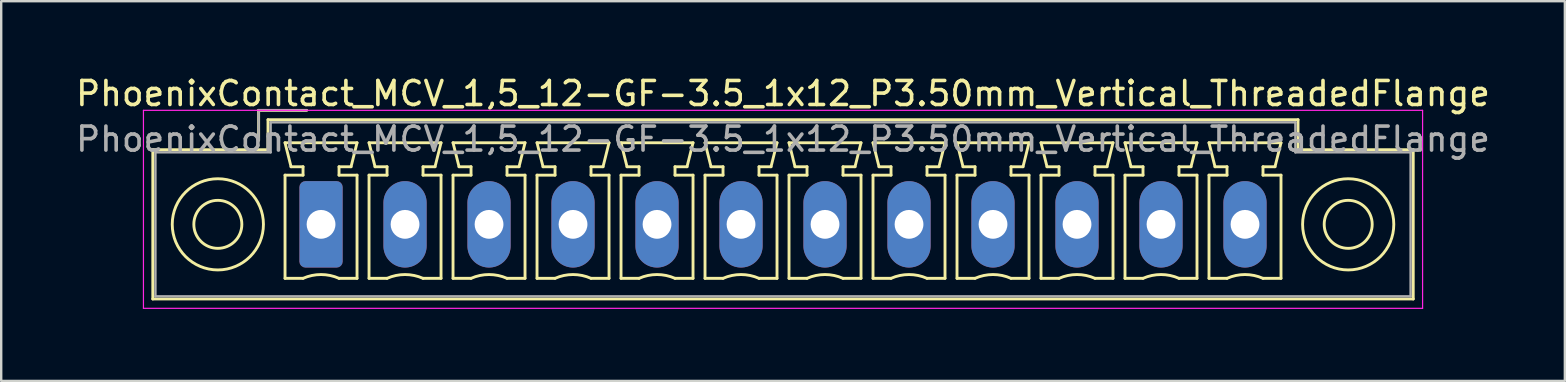
<source format=kicad_pcb>
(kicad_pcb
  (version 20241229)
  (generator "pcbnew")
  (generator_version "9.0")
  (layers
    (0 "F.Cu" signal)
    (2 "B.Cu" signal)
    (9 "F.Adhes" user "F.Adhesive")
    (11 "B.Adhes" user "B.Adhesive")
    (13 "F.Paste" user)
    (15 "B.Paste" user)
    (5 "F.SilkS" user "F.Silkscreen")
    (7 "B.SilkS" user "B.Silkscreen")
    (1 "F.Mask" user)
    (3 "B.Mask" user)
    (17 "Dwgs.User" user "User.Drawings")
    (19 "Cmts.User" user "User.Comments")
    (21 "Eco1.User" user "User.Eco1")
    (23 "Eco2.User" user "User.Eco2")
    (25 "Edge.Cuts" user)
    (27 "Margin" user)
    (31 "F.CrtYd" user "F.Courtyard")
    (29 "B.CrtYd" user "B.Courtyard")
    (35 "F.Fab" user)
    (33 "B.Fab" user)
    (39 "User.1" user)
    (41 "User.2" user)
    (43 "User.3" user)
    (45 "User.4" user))
  (footprint "PhoenixContact_MCV_1,5_12-GF-3.5_1x12_P3.50mm_Vertical_ThreadedFlange"
    (layer "F.Cu")
    (at 10.327 6.298)
    (property "Reference" "PhoenixContact_MCV_1,5_12-GF-3.5_1x12_P3.50mm_Vertical_ThreadedFlange" (at 19.25 -5.45 0) (layer "F.SilkS") (effects (font (size 1 1) (thickness 0.15))))
    (attr through_hole)
    (fp_line (start -7.01 -3.11) (end -7.01 3.11) (stroke (width 0.12) (type solid)) (layer "F.SilkS"))
    (fp_line (start -7.01 3.11) (end 45.51 3.11) (stroke (width 0.12) (type solid)) (layer "F.SilkS"))
    (fp_line (start -2.6 -4.75) (end -0.6 -4.75) (stroke (width 0.12) (type solid)) (layer "F.SilkS"))
    (fp_line (start -2.6 -3.5) (end -2.6 -4.75) (stroke (width 0.12) (type solid)) (layer "F.SilkS"))
    (fp_line (start -2.21 -4.36) (end -2.21 -3.11) (stroke (width 0.12) (type solid)) (layer "F.SilkS"))
    (fp_line (start -2.21 -3.11) (end -7.01 -3.11) (stroke (width 0.12) (type solid)) (layer "F.SilkS"))
    (fp_line (start -1.5 -3.4) (end 1.5 -3.4) (stroke (width 0.12) (type solid)) (layer "F.SilkS"))
    (fp_line (start -1.5 -2.05) (end -0.75 -2.05) (stroke (width 0.12) (type solid)) (layer "F.SilkS"))
    (fp_line (start -1.5 2.25) (end -1.5 -2.05) (stroke (width 0.12) (type solid)) (layer "F.SilkS"))
    (fp_line (start -1.25 -2.4) (end -1.5 -3.4) (stroke (width 0.12) (type solid)) (layer "F.SilkS"))
    (fp_line (start -0.75 -2.4) (end -1.25 -2.4) (stroke (width 0.12) (type solid)) (layer "F.SilkS"))
    (fp_line (start -0.75 -2.05) (end -0.75 -2.4) (stroke (width 0.12) (type solid)) (layer "F.SilkS"))
    (fp_line (start -0.75 2.25) (end -1.5 2.25) (stroke (width 0.12) (type solid)) (layer "F.SilkS"))
    (fp_line (start 0.75 -2.4) (end 0.75 -2.05) (stroke (width 0.12) (type solid)) (layer "F.SilkS"))
    (fp_line (start 0.75 -2.05) (end 1.5 -2.05) (stroke (width 0.12) (type solid)) (layer "F.SilkS"))
    (fp_line (start 1.25 -2.4) (end 0.75 -2.4) (stroke (width 0.12) (type solid)) (layer "F.SilkS"))
    (fp_line (start 1.5 -3.4) (end 1.25 -2.4) (stroke (width 0.12) (type solid)) (layer "F.SilkS"))
    (fp_line (start 1.5 -2.05) (end 1.5 2.25) (stroke (width 0.12) (type solid)) (layer "F.SilkS"))
    (fp_line (start 1.5 2.25) (end 0.75 2.25) (stroke (width 0.12) (type solid)) (layer "F.SilkS"))
    (fp_line (start 2 -3.4) (end 5 -3.4) (stroke (width 0.12) (type solid)) (layer "F.SilkS"))
    (fp_line (start 2 -2.05) (end 2.75 -2.05) (stroke (width 0.12) (type solid)) (layer "F.SilkS"))
    (fp_line (start 2 2.25) (end 2 -2.05) (stroke (width 0.12) (type solid)) (layer "F.SilkS"))
    (fp_line (start 2.25 -2.4) (end 2 -3.4) (stroke (width 0.12) (type solid)) (layer "F.SilkS"))
    (fp_line (start 2.75 -2.4) (end 2.25 -2.4) (stroke (width 0.12) (type solid)) (layer "F.SilkS"))
    (fp_line (start 2.75 -2.05) (end 2.75 -2.4) (stroke (width 0.12) (type solid)) (layer "F.SilkS"))
    (fp_line (start 2.75 2.25) (end 2 2.25) (stroke (width 0.12) (type solid)) (layer "F.SilkS"))
    (fp_line (start 4.25 -2.4) (end 4.25 -2.05) (stroke (width 0.12) (type solid)) (layer "F.SilkS"))
    (fp_line (start 4.25 -2.05) (end 5 -2.05) (stroke (width 0.12) (type solid)) (layer "F.SilkS"))
    (fp_line (start 4.75 -2.4) (end 4.25 -2.4) (stroke (width 0.12) (type solid)) (layer "F.SilkS"))
    (fp_line (start 5 -3.4) (end 4.75 -2.4) (stroke (width 0.12) (type solid)) (layer "F.SilkS"))
    (fp_line (start 5 -2.05) (end 5 2.25) (stroke (width 0.12) (type solid)) (layer "F.SilkS"))
    (fp_line (start 5 2.25) (end 4.25 2.25) (stroke (width 0.12) (type solid)) (layer "F.SilkS"))
    (fp_line (start 5.5 -3.4) (end 8.5 -3.4) (stroke (width 0.12) (type solid)) (layer "F.SilkS"))
    (fp_line (start 5.5 -2.05) (end 6.25 -2.05) (stroke (width 0.12) (type solid)) (layer "F.SilkS"))
    (fp_line (start 5.5 2.25) (end 5.5 -2.05) (stroke (width 0.12) (type solid)) (layer "F.SilkS"))
    (fp_line (start 5.75 -2.4) (end 5.5 -3.4) (stroke (width 0.12) (type solid)) (layer "F.SilkS"))
    (fp_line (start 6.25 -2.4) (end 5.75 -2.4) (stroke (width 0.12) (type solid)) (layer "F.SilkS"))
    (fp_line (start 6.25 -2.05) (end 6.25 -2.4) (stroke (width 0.12) (type solid)) (layer "F.SilkS"))
    (fp_line (start 6.25 2.25) (end 5.5 2.25) (stroke (width 0.12) (type solid)) (layer "F.SilkS"))
    (fp_line (start 7.75 -2.4) (end 7.75 -2.05) (stroke (width 0.12) (type solid)) (layer "F.SilkS"))
    (fp_line (start 7.75 -2.05) (end 8.5 -2.05) (stroke (width 0.12) (type solid)) (layer "F.SilkS"))
    (fp_line (start 8.25 -2.4) (end 7.75 -2.4) (stroke (width 0.12) (type solid)) (layer "F.SilkS"))
    (fp_line (start 8.5 -3.4) (end 8.25 -2.4) (stroke (width 0.12) (type solid)) (layer "F.SilkS"))
    (fp_line (start 8.5 -2.05) (end 8.5 2.25) (stroke (width 0.12) (type solid)) (layer "F.SilkS"))
    (fp_line (start 8.5 2.25) (end 7.75 2.25) (stroke (width 0.12) (type solid)) (layer "F.SilkS"))
    (fp_line (start 9 -3.4) (end 12 -3.4) (stroke (width 0.12) (type solid)) (layer "F.SilkS"))
    (fp_line (start 9 -2.05) (end 9.75 -2.05) (stroke (width 0.12) (type solid)) (layer "F.SilkS"))
    (fp_line (start 9 2.25) (end 9 -2.05) (stroke (width 0.12) (type solid)) (layer "F.SilkS"))
    (fp_line (start 9.25 -2.4) (end 9 -3.4) (stroke (width 0.12) (type solid)) (layer "F.SilkS"))
    (fp_line (start 9.75 -2.4) (end 9.25 -2.4) (stroke (width 0.12) (type solid)) (layer "F.SilkS"))
    (fp_line (start 9.75 -2.05) (end 9.75 -2.4) (stroke (width 0.12) (type solid)) (layer "F.SilkS"))
    (fp_line (start 9.75 2.25) (end 9 2.25) (stroke (width 0.12) (type solid)) (layer "F.SilkS"))
    (fp_line (start 11.25 -2.4) (end 11.25 -2.05) (stroke (width 0.12) (type solid)) (layer "F.SilkS"))
    (fp_line (start 11.25 -2.05) (end 12 -2.05) (stroke (width 0.12) (type solid)) (layer "F.SilkS"))
    (fp_line (start 11.75 -2.4) (end 11.25 -2.4) (stroke (width 0.12) (type solid)) (layer "F.SilkS"))
    (fp_line (start 12 -3.4) (end 11.75 -2.4) (stroke (width 0.12) (type solid)) (layer "F.SilkS"))
    (fp_line (start 12 -2.05) (end 12 2.25) (stroke (width 0.12) (type solid)) (layer "F.SilkS"))
    (fp_line (start 12 2.25) (end 11.25 2.25) (stroke (width 0.12) (type solid)) (layer "F.SilkS"))
    (fp_line (start 12.5 -3.4) (end 15.5 -3.4) (stroke (width 0.12) (type solid)) (layer "F.SilkS"))
    (fp_line (start 12.5 -2.05) (end 13.25 -2.05) (stroke (width 0.12) (type solid)) (layer "F.SilkS"))
    (fp_line (start 12.5 2.25) (end 12.5 -2.05) (stroke (width 0.12) (type solid)) (layer "F.SilkS"))
    (fp_line (start 12.75 -2.4) (end 12.5 -3.4) (stroke (width 0.12) (type solid)) (layer "F.SilkS"))
    (fp_line (start 13.25 -2.4) (end 12.75 -2.4) (stroke (width 0.12) (type solid)) (layer "F.SilkS"))
    (fp_line (start 13.25 -2.05) (end 13.25 -2.4) (stroke (width 0.12) (type solid)) (layer "F.SilkS"))
    (fp_line (start 13.25 2.25) (end 12.5 2.25) (stroke (width 0.12) (type solid)) (layer "F.SilkS"))
    (fp_line (start 14.75 -2.4) (end 14.75 -2.05) (stroke (width 0.12) (type solid)) (layer "F.SilkS"))
    (fp_line (start 14.75 -2.05) (end 15.5 -2.05) (stroke (width 0.12) (type solid)) (layer "F.SilkS"))
    (fp_line (start 15.25 -2.4) (end 14.75 -2.4) (stroke (width 0.12) (type solid)) (layer "F.SilkS"))
    (fp_line (start 15.5 -3.4) (end 15.25 -2.4) (stroke (width 0.12) (type solid)) (layer "F.SilkS"))
    (fp_line (start 15.5 -2.05) (end 15.5 2.25) (stroke (width 0.12) (type solid)) (layer "F.SilkS"))
    (fp_line (start 15.5 2.25) (end 14.75 2.25) (stroke (width 0.12) (type solid)) (layer "F.SilkS"))
    (fp_line (start 16 -3.4) (end 19 -3.4) (stroke (width 0.12) (type solid)) (layer "F.SilkS"))
    (fp_line (start 16 -2.05) (end 16.75 -2.05) (stroke (width 0.12) (type solid)) (layer "F.SilkS"))
    (fp_line (start 16 2.25) (end 16 -2.05) (stroke (width 0.12) (type solid)) (layer "F.SilkS"))
    (fp_line (start 16.25 -2.4) (end 16 -3.4) (stroke (width 0.12) (type solid)) (layer "F.SilkS"))
    (fp_line (start 16.75 -2.4) (end 16.25 -2.4) (stroke (width 0.12) (type solid)) (layer "F.SilkS"))
    (fp_line (start 16.75 -2.05) (end 16.75 -2.4) (stroke (width 0.12) (type solid)) (layer "F.SilkS"))
    (fp_line (start 16.75 2.25) (end 16 2.25) (stroke (width 0.12) (type solid)) (layer "F.SilkS"))
    (fp_line (start 18.25 -2.4) (end 18.25 -2.05) (stroke (width 0.12) (type solid)) (layer "F.SilkS"))
    (fp_line (start 18.25 -2.05) (end 19 -2.05) (stroke (width 0.12) (type solid)) (layer "F.SilkS"))
    (fp_line (start 18.75 -2.4) (end 18.25 -2.4) (stroke (width 0.12) (type solid)) (layer "F.SilkS"))
    (fp_line (start 19 -3.4) (end 18.75 -2.4) (stroke (width 0.12) (type solid)) (layer "F.SilkS"))
    (fp_line (start 19 -2.05) (end 19 2.25) (stroke (width 0.12) (type solid)) (layer "F.SilkS"))
    (fp_line (start 19 2.25) (end 18.25 2.25) (stroke (width 0.12) (type solid)) (layer "F.SilkS"))
    (fp_line (start 19.5 -3.4) (end 22.5 -3.4) (stroke (width 0.12) (type solid)) (layer "F.SilkS"))
    (fp_line (start 19.5 -2.05) (end 20.25 -2.05) (stroke (width 0.12) (type solid)) (layer "F.SilkS"))
    (fp_line (start 19.5 2.25) (end 19.5 -2.05) (stroke (width 0.12) (type solid)) (layer "F.SilkS"))
    (fp_line (start 19.75 -2.4) (end 19.5 -3.4) (stroke (width 0.12) (type solid)) (layer "F.SilkS"))
    (fp_line (start 20.25 -2.4) (end 19.75 -2.4) (stroke (width 0.12) (type solid)) (layer "F.SilkS"))
    (fp_line (start 20.25 -2.05) (end 20.25 -2.4) (stroke (width 0.12) (type solid)) (layer "F.SilkS"))
    (fp_line (start 20.25 2.25) (end 19.5 2.25) (stroke (width 0.12) (type solid)) (layer "F.SilkS"))
    (fp_line (start 21.75 -2.4) (end 21.75 -2.05) (stroke (width 0.12) (type solid)) (layer "F.SilkS"))
    (fp_line (start 21.75 -2.05) (end 22.5 -2.05) (stroke (width 0.12) (type solid)) (layer "F.SilkS"))
    (fp_line (start 22.25 -2.4) (end 21.75 -2.4) (stroke (width 0.12) (type solid)) (layer "F.SilkS"))
    (fp_line (start 22.5 -3.4) (end 22.25 -2.4) (stroke (width 0.12) (type solid)) (layer "F.SilkS"))
    (fp_line (start 22.5 -2.05) (end 22.5 2.25) (stroke (width 0.12) (type solid)) (layer "F.SilkS"))
    (fp_line (start 22.5 2.25) (end 21.75 2.25) (stroke (width 0.12) (type solid)) (layer "F.SilkS"))
    (fp_line (start 23 -3.4) (end 26 -3.4) (stroke (width 0.12) (type solid)) (layer "F.SilkS"))
    (fp_line (start 23 -2.05) (end 23.75 -2.05) (stroke (width 0.12) (type solid)) (layer "F.SilkS"))
    (fp_line (start 23 2.25) (end 23 -2.05) (stroke (width 0.12) (type solid)) (layer "F.SilkS"))
    (fp_line (start 23.25 -2.4) (end 23 -3.4) (stroke (width 0.12) (type solid)) (layer "F.SilkS"))
    (fp_line (start 23.75 -2.4) (end 23.25 -2.4) (stroke (width 0.12) (type solid)) (layer "F.SilkS"))
    (fp_line (start 23.75 -2.05) (end 23.75 -2.4) (stroke (width 0.12) (type solid)) (layer "F.SilkS"))
    (fp_line (start 23.75 2.25) (end 23 2.25) (stroke (width 0.12) (type solid)) (layer "F.SilkS"))
    (fp_line (start 25.25 -2.4) (end 25.25 -2.05) (stroke (width 0.12) (type solid)) (layer "F.SilkS"))
    (fp_line (start 25.25 -2.05) (end 26 -2.05) (stroke (width 0.12) (type solid)) (layer "F.SilkS"))
    (fp_line (start 25.75 -2.4) (end 25.25 -2.4) (stroke (width 0.12) (type solid)) (layer "F.SilkS"))
    (fp_line (start 26 -3.4) (end 25.75 -2.4) (stroke (width 0.12) (type solid)) (layer "F.SilkS"))
    (fp_line (start 26 -2.05) (end 26 2.25) (stroke (width 0.12) (type solid)) (layer "F.SilkS"))
    (fp_line (start 26 2.25) (end 25.25 2.25) (stroke (width 0.12) (type solid)) (layer "F.SilkS"))
    (fp_line (start 26.5 -3.4) (end 29.5 -3.4) (stroke (width 0.12) (type solid)) (layer "F.SilkS"))
    (fp_line (start 26.5 -2.05) (end 27.25 -2.05) (stroke (width 0.12) (type solid)) (layer "F.SilkS"))
    (fp_line (start 26.5 2.25) (end 26.5 -2.05) (stroke (width 0.12) (type solid)) (layer "F.SilkS"))
    (fp_line (start 26.75 -2.4) (end 26.5 -3.4) (stroke (width 0.12) (type solid)) (layer "F.SilkS"))
    (fp_line (start 27.25 -2.4) (end 26.75 -2.4) (stroke (width 0.12) (type solid)) (layer "F.SilkS"))
    (fp_line (start 27.25 -2.05) (end 27.25 -2.4) (stroke (width 0.12) (type solid)) (layer "F.SilkS"))
    (fp_line (start 27.25 2.25) (end 26.5 2.25) (stroke (width 0.12) (type solid)) (layer "F.SilkS"))
    (fp_line (start 28.75 -2.4) (end 28.75 -2.05) (stroke (width 0.12) (type solid)) (layer "F.SilkS"))
    (fp_line (start 28.75 -2.05) (end 29.5 -2.05) (stroke (width 0.12) (type solid)) (layer "F.SilkS"))
    (fp_line (start 29.25 -2.4) (end 28.75 -2.4) (stroke (width 0.12) (type solid)) (layer "F.SilkS"))
    (fp_line (start 29.5 -3.4) (end 29.25 -2.4) (stroke (width 0.12) (type solid)) (layer "F.SilkS"))
    (fp_line (start 29.5 -2.05) (end 29.5 2.25) (stroke (width 0.12) (type solid)) (layer "F.SilkS"))
    (fp_line (start 29.5 2.25) (end 28.75 2.25) (stroke (width 0.12) (type solid)) (layer "F.SilkS"))
    (fp_line (start 30 -3.4) (end 33 -3.4) (stroke (width 0.12) (type solid)) (layer "F.SilkS"))
    (fp_line (start 30 -2.05) (end 30.75 -2.05) (stroke (width 0.12) (type solid)) (layer "F.SilkS"))
    (fp_line (start 30 2.25) (end 30 -2.05) (stroke (width 0.12) (type solid)) (layer "F.SilkS"))
    (fp_line (start 30.25 -2.4) (end 30 -3.4) (stroke (width 0.12) (type solid)) (layer "F.SilkS"))
    (fp_line (start 30.75 -2.4) (end 30.25 -2.4) (stroke (width 0.12) (type solid)) (layer "F.SilkS"))
    (fp_line (start 30.75 -2.05) (end 30.75 -2.4) (stroke (width 0.12) (type solid)) (layer "F.SilkS"))
    (fp_line (start 30.75 2.25) (end 30 2.25) (stroke (width 0.12) (type solid)) (layer "F.SilkS"))
    (fp_line (start 32.25 -2.4) (end 32.25 -2.05) (stroke (width 0.12) (type solid)) (layer "F.SilkS"))
    (fp_line (start 32.25 -2.05) (end 33 -2.05) (stroke (width 0.12) (type solid)) (layer "F.SilkS"))
    (fp_line (start 32.75 -2.4) (end 32.25 -2.4) (stroke (width 0.12) (type solid)) (layer "F.SilkS"))
    (fp_line (start 33 -3.4) (end 32.75 -2.4) (stroke (width 0.12) (type solid)) (layer "F.SilkS"))
    (fp_line (start 33 -2.05) (end 33 2.25) (stroke (width 0.12) (type solid)) (layer "F.SilkS"))
    (fp_line (start 33 2.25) (end 32.25 2.25) (stroke (width 0.12) (type solid)) (layer "F.SilkS"))
    (fp_line (start 33.5 -3.4) (end 36.5 -3.4) (stroke (width 0.12) (type solid)) (layer "F.SilkS"))
    (fp_line (start 33.5 -2.05) (end 34.25 -2.05) (stroke (width 0.12) (type solid)) (layer "F.SilkS"))
    (fp_line (start 33.5 2.25) (end 33.5 -2.05) (stroke (width 0.12) (type solid)) (layer "F.SilkS"))
    (fp_line (start 33.75 -2.4) (end 33.5 -3.4) (stroke (width 0.12) (type solid)) (layer "F.SilkS"))
    (fp_line (start 34.25 -2.4) (end 33.75 -2.4) (stroke (width 0.12) (type solid)) (layer "F.SilkS"))
    (fp_line (start 34.25 -2.05) (end 34.25 -2.4) (stroke (width 0.12) (type solid)) (layer "F.SilkS"))
    (fp_line (start 34.25 2.25) (end 33.5 2.25) (stroke (width 0.12) (type solid)) (layer "F.SilkS"))
    (fp_line (start 35.75 -2.4) (end 35.75 -2.05) (stroke (width 0.12) (type solid)) (layer "F.SilkS"))
    (fp_line (start 35.75 -2.05) (end 36.5 -2.05) (stroke (width 0.12) (type solid)) (layer "F.SilkS"))
    (fp_line (start 36.25 -2.4) (end 35.75 -2.4) (stroke (width 0.12) (type solid)) (layer "F.SilkS"))
    (fp_line (start 36.5 -3.4) (end 36.25 -2.4) (stroke (width 0.12) (type solid)) (layer "F.SilkS"))
    (fp_line (start 36.5 -2.05) (end 36.5 2.25) (stroke (width 0.12) (type solid)) (layer "F.SilkS"))
    (fp_line (start 36.5 2.25) (end 35.75 2.25) (stroke (width 0.12) (type solid)) (layer "F.SilkS"))
    (fp_line (start 37 -3.4) (end 40 -3.4) (stroke (width 0.12) (type solid)) (layer "F.SilkS"))
    (fp_line (start 37 -2.05) (end 37.75 -2.05) (stroke (width 0.12) (type solid)) (layer "F.SilkS"))
    (fp_line (start 37 2.25) (end 37 -2.05) (stroke (width 0.12) (type solid)) (layer "F.SilkS"))
    (fp_line (start 37.25 -2.4) (end 37 -3.4) (stroke (width 0.12) (type solid)) (layer "F.SilkS"))
    (fp_line (start 37.75 -2.4) (end 37.25 -2.4) (stroke (width 0.12) (type solid)) (layer "F.SilkS"))
    (fp_line (start 37.75 -2.05) (end 37.75 -2.4) (stroke (width 0.12) (type solid)) (layer "F.SilkS"))
    (fp_line (start 37.75 2.25) (end 37 2.25) (stroke (width 0.12) (type solid)) (layer "F.SilkS"))
    (fp_line (start 39.25 -2.4) (end 39.25 -2.05) (stroke (width 0.12) (type solid)) (layer "F.SilkS"))
    (fp_line (start 39.25 -2.05) (end 40 -2.05) (stroke (width 0.12) (type solid)) (layer "F.SilkS"))
    (fp_line (start 39.75 -2.4) (end 39.25 -2.4) (stroke (width 0.12) (type solid)) (layer "F.SilkS"))
    (fp_line (start 40 -3.4) (end 39.75 -2.4) (stroke (width 0.12) (type solid)) (layer "F.SilkS"))
    (fp_line (start 40 -2.05) (end 40 2.25) (stroke (width 0.12) (type solid)) (layer "F.SilkS"))
    (fp_line (start 40 2.25) (end 39.25 2.25) (stroke (width 0.12) (type solid)) (layer "F.SilkS"))
    (fp_line (start 40.71 -4.36) (end -2.21 -4.36) (stroke (width 0.12) (type solid)) (layer "F.SilkS"))
    (fp_line (start 40.71 -3.11) (end 40.71 -4.36) (stroke (width 0.12) (type solid)) (layer "F.SilkS"))
    (fp_line (start 45.51 -3.11) (end 40.71 -3.11) (stroke (width 0.12) (type solid)) (layer "F.SilkS"))
    (fp_line (start 45.51 3.11) (end 45.51 -3.11) (stroke (width 0.12) (type solid)) (layer "F.SilkS"))
    (fp_arc (start -0.75 2.25) (mid -0.000193 2.09191) (end 0.749647 2.249844) (stroke (width 0.12) (type solid)) (layer "F.SilkS"))
    (fp_arc (start 2.75 2.25) (mid 3.499807 2.09191) (end 4.249647 2.249844) (stroke (width 0.12) (type solid)) (layer "F.SilkS"))
    (fp_arc (start 6.25 2.25) (mid 6.999807 2.09191) (end 7.749647 2.249844) (stroke (width 0.12) (type solid)) (layer "F.SilkS"))
    (fp_arc (start 9.75 2.25) (mid 10.499807 2.09191) (end 11.249647 2.249844) (stroke (width 0.12) (type solid)) (layer "F.SilkS"))
    (fp_arc (start 13.25 2.25) (mid 13.999807 2.09191) (end 14.749647 2.249844) (stroke (width 0.12) (type solid)) (layer "F.SilkS"))
    (fp_arc (start 16.75 2.25) (mid 17.499807 2.09191) (end 18.249647 2.249844) (stroke (width 0.12) (type solid)) (layer "F.SilkS"))
    (fp_arc (start 20.25 2.25) (mid 20.999807 2.09191) (end 21.749647 2.249844) (stroke (width 0.12) (type solid)) (layer "F.SilkS"))
    (fp_arc (start 23.75 2.25) (mid 24.499807 2.09191) (end 25.249647 2.249844) (stroke (width 0.12) (type solid)) (layer "F.SilkS"))
    (fp_arc (start 27.25 2.25) (mid 27.999807 2.09191) (end 28.749647 2.249844) (stroke (width 0.12) (type solid)) (layer "F.SilkS"))
    (fp_arc (start 30.75 2.25) (mid 31.499807 2.09191) (end 32.249647 2.249844) (stroke (width 0.12) (type solid)) (layer "F.SilkS"))
    (fp_arc (start 34.25 2.25) (mid 34.999807 2.09191) (end 35.749647 2.249844) (stroke (width 0.12) (type solid)) (layer "F.SilkS"))
    (fp_arc (start 37.75 2.25) (mid 38.499807 2.09191) (end 39.249647 2.249844) (stroke (width 0.12) (type solid)) (layer "F.SilkS"))
    (fp_circle (center -4.3 0) (end -3.3 0) (stroke (width 0.12) (type solid)) (fill no) (layer "F.SilkS"))
    (fp_circle (center -4.3 0) (end -2.4 0) (stroke (width 0.12) (type solid)) (fill no) (layer "F.SilkS"))
    (fp_circle (center 42.8 0) (end 43.8 0) (stroke (width 0.12) (type solid)) (fill no) (layer "F.SilkS"))
    (fp_circle (center 42.8 0) (end 44.7 0) (stroke (width 0.12) (type solid)) (fill no) (layer "F.SilkS"))
    (fp_line (start -7.4 -4.75) (end -7.4 3.5) (stroke (width 0.05) (type solid)) (layer "F.CrtYd"))
    (fp_line (start -7.4 3.5) (end 45.9 3.5) (stroke (width 0.05) (type solid)) (layer "F.CrtYd"))
    (fp_line (start 45.9 -4.75) (end -7.4 -4.75) (stroke (width 0.05) (type solid)) (layer "F.CrtYd"))
    (fp_line (start 45.9 3.5) (end 45.9 -4.75) (stroke (width 0.05) (type solid)) (layer "F.CrtYd"))
    (fp_line (start -6.9 -3) (end -6.9 3) (stroke (width 0.1) (type solid)) (layer "F.Fab"))
    (fp_line (start -6.9 3) (end 45.4 3) (stroke (width 0.1) (type solid)) (layer "F.Fab"))
    (fp_line (start -2.6 -4.75) (end -0.6 -4.75) (stroke (width 0.1) (type solid)) (layer "F.Fab"))
    (fp_line (start -2.6 -3.5) (end -2.6 -4.75) (stroke (width 0.1) (type solid)) (layer "F.Fab"))
    (fp_line (start -2.1 -4.25) (end -2.1 -3) (stroke (width 0.1) (type solid)) (layer "F.Fab"))
    (fp_line (start -2.1 -3) (end -6.9 -3) (stroke (width 0.1) (type solid)) (layer "F.Fab"))
    (fp_line (start 40.6 -4.25) (end -2.1 -4.25) (stroke (width 0.1) (type solid)) (layer "F.Fab"))
    (fp_line (start 40.6 -3) (end 40.6 -4.25) (stroke (width 0.1) (type solid)) (layer "F.Fab"))
    (fp_line (start 45.4 -3) (end 40.6 -3) (stroke (width 0.1) (type solid)) (layer "F.Fab"))
    (fp_line (start 45.4 3) (end 45.4 -3) (stroke (width 0.1) (type solid)) (layer "F.Fab"))
    (fp_text user "${REFERENCE}" (at 19.25 -3.55 0) (layer "F.Fab") (effects (font (size 1 1) (thickness 0.15))))
    (pad "1" thru_hole roundrect (at 0 0) (size 1.8 3.6) (drill 1.2) (layers "*.Cu" "*.Mask") (roundrect_rratio 0.139))
    (pad "2" thru_hole oval (at 3.5 0) (size 1.8 3.6) (drill 1.2) (layers "*.Cu" "*.Mask"))
    (pad "3" thru_hole oval (at 7 0) (size 1.8 3.6) (drill 1.2) (layers "*.Cu" "*.Mask"))
    (pad "4" thru_hole oval (at 10.5 0) (size 1.8 3.6) (drill 1.2) (layers "*.Cu" "*.Mask"))
    (pad "5" thru_hole oval (at 14 0) (size 1.8 3.6) (drill 1.2) (layers "*.Cu" "*.Mask"))
    (pad "6" thru_hole oval (at 17.5 0) (size 1.8 3.6) (drill 1.2) (layers "*.Cu" "*.Mask"))
    (pad "7" thru_hole oval (at 21 0) (size 1.8 3.6) (drill 1.2) (layers "*.Cu" "*.Mask"))
    (pad "8" thru_hole oval (at 24.5 0) (size 1.8 3.6) (drill 1.2) (layers "*.Cu" "*.Mask"))
    (pad "9" thru_hole oval (at 28 0) (size 1.8 3.6) (drill 1.2) (layers "*.Cu" "*.Mask"))
    (pad "10" thru_hole oval (at 31.5 0) (size 1.8 3.6) (drill 1.2) (layers "*.Cu" "*.Mask"))
    (pad "11" thru_hole oval (at 35 0) (size 1.8 3.6) (drill 1.2) (layers "*.Cu" "*.Mask"))
    (pad "12" thru_hole oval (at 38.5 0) (size 1.8 3.6) (drill 1.2) (layers "*.Cu" "*.Mask")))
  (gr_rect
    (start -3 -3)
    (end 62.155 12.823)
    (stroke (width 0.1) (type default))
    (fill no)
    (layer "Edge.Cuts")))
</source>
